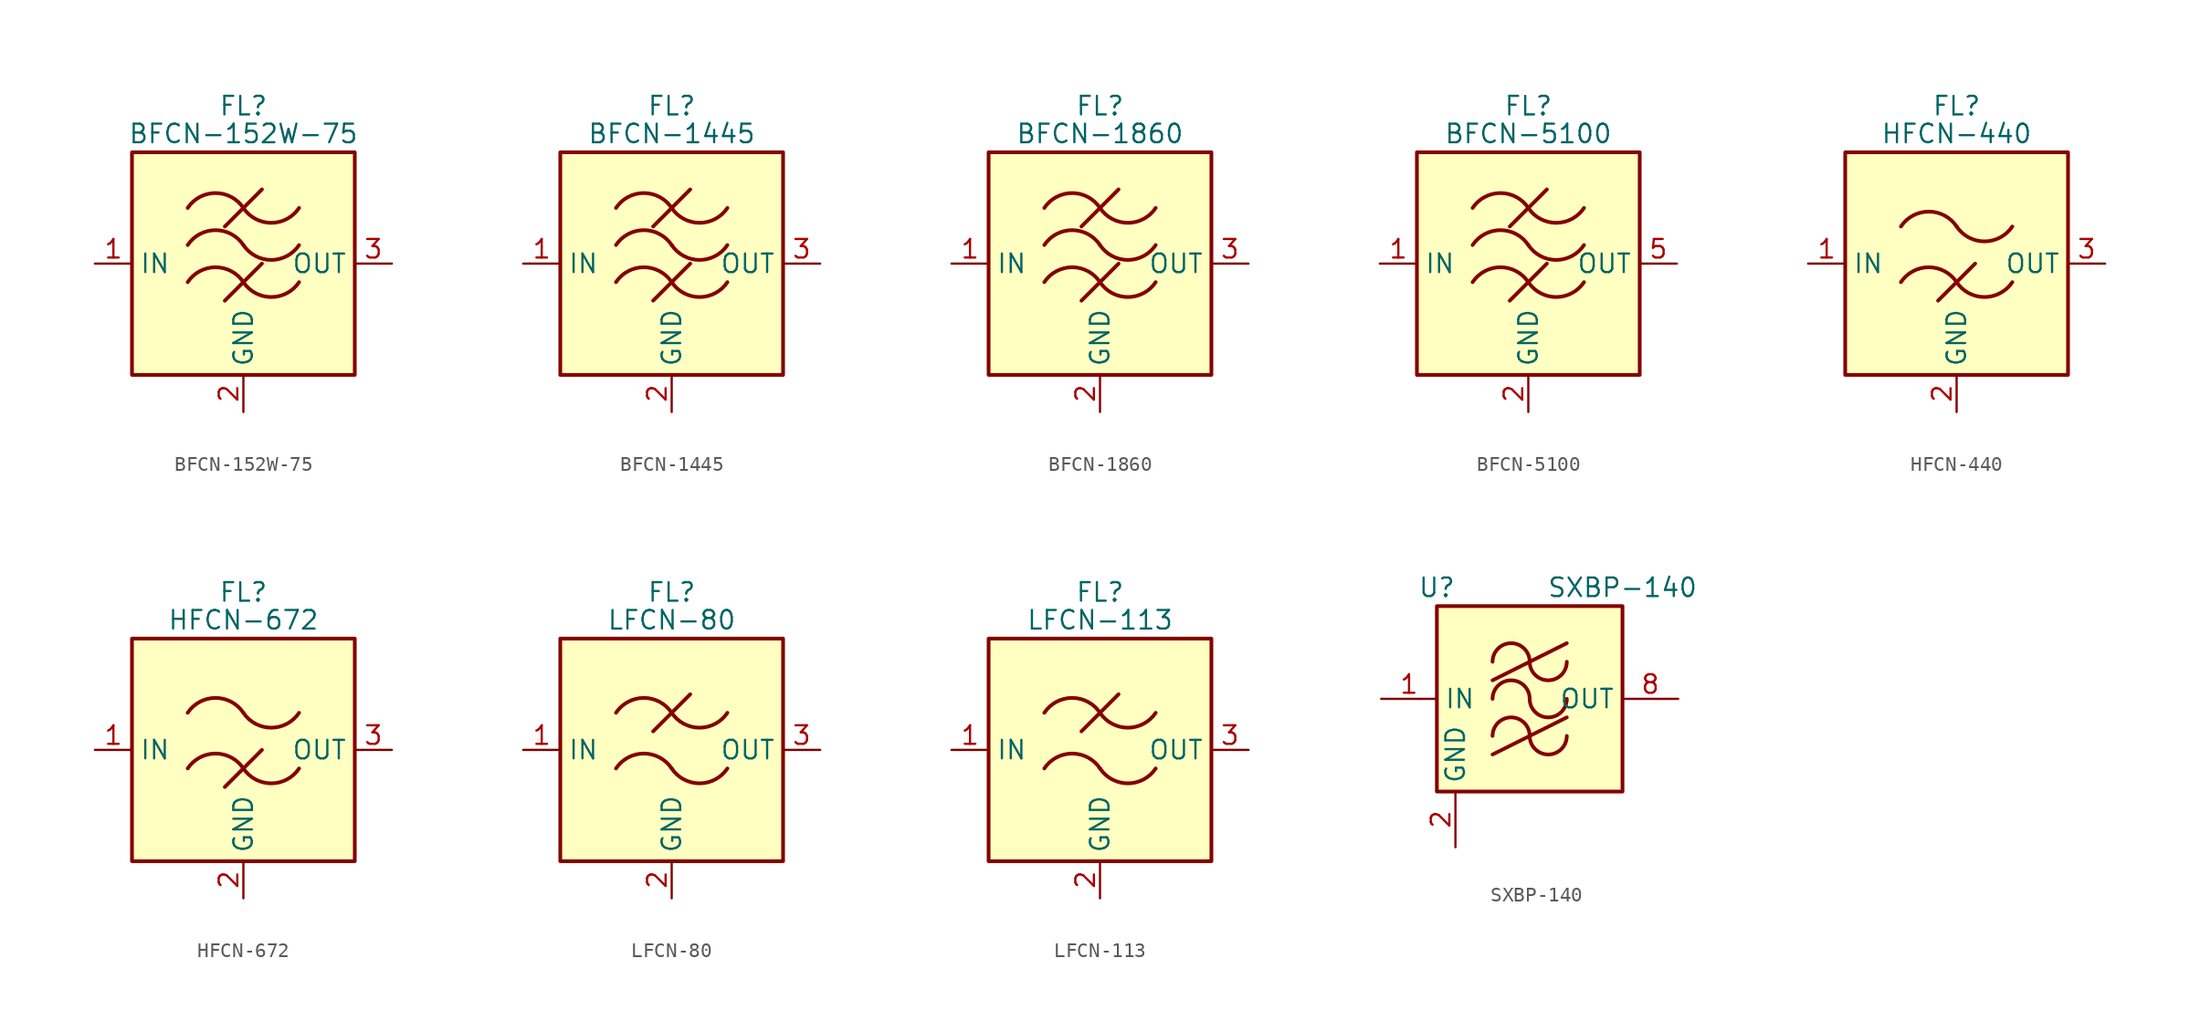
<source format=kicad_sym>
(kicad_symbol_lib
  (version 20201005)
  (generator kicad_symbol_editor)
  (symbol "BFCN-152W-75"
    (property "Reference" "FL"
      (at 0 10.795 0)
      (effects (font (size 1.27 1.27))))
    (property "Value" "BFCN-152W-75"
      (at 0 8.89 0)
      (effects (font (size 1.27 1.27))))
    (symbol "BFCN-152W-75_0_1"
      (arc (start -3.81 -1.27) (end 0 -1.27) (radius (at -1.905 -2.54) (length 2.286) (angles 146.3 33.7)) (stroke (width 0.254)) (fill (type none)))
      (arc (start -3.81 1.27) (end 0 1.27) (radius (at -1.905 0) (length 2.286) (angles 146.3 33.7)) (stroke (width 0.254)) (fill (type none)))
      (arc (start -3.81 3.81) (end 0 3.81) (radius (at -1.905 2.54) (length 2.286) (angles 146.3 33.7)) (stroke (width 0.254)) (fill (type none)))
      (arc (start 0 -1.27) (end 3.81 -1.27) (radius (at 1.905 0) (length 2.286) (angles -146.3 -33.7)) (stroke (width 0.254)) (fill (type none)))
      (arc (start 0 1.27) (end 3.81 1.27) (radius (at 1.905 2.54) (length 2.286) (angles -146.3 -33.7)) (stroke (width 0.254)) (fill (type none)))
      (arc (start 0 3.81) (end 3.81 3.81) (radius (at 1.905 5.08) (length 2.286) (angles -146.3 -33.7)) (stroke (width 0.254)) (fill (type none)))
      (rectangle (start -7.62 7.62) (end 7.62 -7.62) (stroke (width 0.254)) (fill (type background)))
      (polyline (pts (xy -1.27 -2.54) (xy 1.27 0)) (stroke (width 0.254)) (fill (type none)))
      (polyline (pts (xy -1.27 2.54) (xy 1.27 5.08)) (stroke (width 0.254)) (fill (type none))))
    (symbol "BFCN-152W-75_1_1"
      (pin passive line (at -10.16 0 0) (length 2.54) (name "IN" (effects (font (size 1.27 1.27)))) (number "1" (effects (font (size 1.27 1.27)))))
      (pin passive line (at 0 -10.16 90) (length 2.54) (name "GND" (effects (font (size 1.27 1.27)))) (number "2" (effects (font (size 1.27 1.27)))))
      (pin passive line (at 10.16 0 180) (length 2.54) (name "OUT" (effects (font (size 1.27 1.27)))) (number "3" (effects (font (size 1.27 1.27)))))))
  (symbol "BFCN-1445"
    (property "Reference" "FL"
      (at 0 10.795 0)
      (effects (font (size 1.27 1.27))))
    (property "Value" "BFCN-1445"
      (at 0 8.89 0)
      (effects (font (size 1.27 1.27))))
    (symbol "BFCN-1445_0_1"
      (arc (start -3.81 -1.27) (end 0 -1.27) (radius (at -1.905 -2.54) (length 2.286) (angles 146.3 33.7)) (stroke (width 0.254)) (fill (type none)))
      (arc (start -3.81 1.27) (end 0 1.27) (radius (at -1.905 0) (length 2.286) (angles 146.3 33.7)) (stroke (width 0.254)) (fill (type none)))
      (arc (start -3.81 3.81) (end 0 3.81) (radius (at -1.905 2.54) (length 2.286) (angles 146.3 33.7)) (stroke (width 0.254)) (fill (type none)))
      (arc (start 0 -1.27) (end 3.81 -1.27) (radius (at 1.905 0) (length 2.286) (angles -146.3 -33.7)) (stroke (width 0.254)) (fill (type none)))
      (arc (start 0 1.27) (end 3.81 1.27) (radius (at 1.905 2.54) (length 2.286) (angles -146.3 -33.7)) (stroke (width 0.254)) (fill (type none)))
      (arc (start 0 3.81) (end 3.81 3.81) (radius (at 1.905 5.08) (length 2.286) (angles -146.3 -33.7)) (stroke (width 0.254)) (fill (type none)))
      (rectangle (start -7.62 7.62) (end 7.62 -7.62) (stroke (width 0.254)) (fill (type background)))
      (polyline (pts (xy -1.27 -2.54) (xy 1.27 0)) (stroke (width 0.254)) (fill (type none)))
      (polyline (pts (xy -1.27 2.54) (xy 1.27 5.08)) (stroke (width 0.254)) (fill (type none))))
    (symbol "BFCN-1445_1_1"
      (pin passive line (at -10.16 0 0) (length 2.54) (name "IN" (effects (font (size 1.27 1.27)))) (number "1" (effects (font (size 1.27 1.27)))))
      (pin passive line (at 0 -10.16 90) (length 2.54) (name "GND" (effects (font (size 1.27 1.27)))) (number "2" (effects (font (size 1.27 1.27)))))
      (pin passive line (at 10.16 0 180) (length 2.54) (name "OUT" (effects (font (size 1.27 1.27)))) (number "3" (effects (font (size 1.27 1.27)))))
      (pin passive line (at 0 -10.16 90) (length 2.54) hide (name "GND" (effects (font (size 1.27 1.27)))) (number "4" (effects (font (size 1.27 1.27)))))))
  (symbol "BFCN-1860"
    (property "Reference" "FL"
      (at 0 10.795 0)
      (effects (font (size 1.27 1.27))))
    (property "Value" "BFCN-1860"
      (at 0 8.89 0)
      (effects (font (size 1.27 1.27))))
    (symbol "BFCN-1860_0_1"
      (arc (start -3.81 -1.27) (end 0 -1.27) (radius (at -1.905 -2.54) (length 2.286) (angles 146.3 33.7)) (stroke (width 0.254)) (fill (type none)))
      (arc (start -3.81 1.27) (end 0 1.27) (radius (at -1.905 0) (length 2.286) (angles 146.3 33.7)) (stroke (width 0.254)) (fill (type none)))
      (arc (start -3.81 3.81) (end 0 3.81) (radius (at -1.905 2.54) (length 2.286) (angles 146.3 33.7)) (stroke (width 0.254)) (fill (type none)))
      (arc (start 0 -1.27) (end 3.81 -1.27) (radius (at 1.905 0) (length 2.286) (angles -146.3 -33.7)) (stroke (width 0.254)) (fill (type none)))
      (arc (start 0 1.27) (end 3.81 1.27) (radius (at 1.905 2.54) (length 2.286) (angles -146.3 -33.7)) (stroke (width 0.254)) (fill (type none)))
      (arc (start 0 3.81) (end 3.81 3.81) (radius (at 1.905 5.08) (length 2.286) (angles -146.3 -33.7)) (stroke (width 0.254)) (fill (type none)))
      (rectangle (start -7.62 7.62) (end 7.62 -7.62) (stroke (width 0.254)) (fill (type background)))
      (polyline (pts (xy -1.27 -2.54) (xy 1.27 0)) (stroke (width 0.254)) (fill (type none)))
      (polyline (pts (xy -1.27 2.54) (xy 1.27 5.08)) (stroke (width 0.254)) (fill (type none))))
    (symbol "BFCN-1860_1_1"
      (pin passive line (at -10.16 0 0) (length 2.54) (name "IN" (effects (font (size 1.27 1.27)))) (number "1" (effects (font (size 1.27 1.27)))))
      (pin passive line (at 0 -10.16 90) (length 2.54) (name "GND" (effects (font (size 1.27 1.27)))) (number "2" (effects (font (size 1.27 1.27)))))
      (pin passive line (at 10.16 0 180) (length 2.54) (name "OUT" (effects (font (size 1.27 1.27)))) (number "3" (effects (font (size 1.27 1.27)))))
      (pin passive line (at 0 -10.16 90) (length 2.54) hide (name "GND" (effects (font (size 1.27 1.27)))) (number "4" (effects (font (size 1.27 1.27)))))))
  (symbol "BFCN-5100"
    (property "Reference" "FL"
      (at 0 10.795 0)
      (effects (font (size 1.27 1.27))))
    (property "Value" "BFCN-5100"
      (at 0 8.89 0)
      (effects (font (size 1.27 1.27))))
    (symbol "BFCN-5100_0_1"
      (arc (start -3.81 -1.27) (end 0 -1.27) (radius (at -1.905 -2.54) (length 2.286) (angles 146.3 33.7)) (stroke (width 0.254)) (fill (type none)))
      (arc (start -3.81 1.27) (end 0 1.27) (radius (at -1.905 0) (length 2.286) (angles 146.3 33.7)) (stroke (width 0.254)) (fill (type none)))
      (arc (start -3.81 3.81) (end 0 3.81) (radius (at -1.905 2.54) (length 2.286) (angles 146.3 33.7)) (stroke (width 0.254)) (fill (type none)))
      (arc (start 0 -1.27) (end 3.81 -1.27) (radius (at 1.905 0) (length 2.286) (angles -146.3 -33.7)) (stroke (width 0.254)) (fill (type none)))
      (arc (start 0 1.27) (end 3.81 1.27) (radius (at 1.905 2.54) (length 2.286) (angles -146.3 -33.7)) (stroke (width 0.254)) (fill (type none)))
      (arc (start 0 3.81) (end 3.81 3.81) (radius (at 1.905 5.08) (length 2.286) (angles -146.3 -33.7)) (stroke (width 0.254)) (fill (type none)))
      (rectangle (start -7.62 7.62) (end 7.62 -7.62) (stroke (width 0.254)) (fill (type background)))
      (polyline (pts (xy -1.27 -2.54) (xy 1.27 0)) (stroke (width 0.254)) (fill (type none)))
      (polyline (pts (xy -1.27 2.54) (xy 1.27 5.08)) (stroke (width 0.254)) (fill (type none))))
    (symbol "BFCN-5100_1_1"
      (pin passive line (at -10.16 0 0) (length 2.54) (name "IN" (effects (font (size 1.27 1.27)))) (number "1" (effects (font (size 1.27 1.27)))))
      (pin passive line (at 0 -10.16 90) (length 2.54) (name "GND" (effects (font (size 1.27 1.27)))) (number "2" (effects (font (size 1.27 1.27)))))
      (pin passive line (at 0 -10.16 90) (length 2.54) hide (name "GND" (effects (font (size 1.27 1.27)))) (number "3" (effects (font (size 1.27 1.27)))))
      (pin passive line (at 0 -10.16 90) (length 2.54) hide (name "GND" (effects (font (size 1.27 1.27)))) (number "4" (effects (font (size 1.27 1.27)))))
      (pin passive line (at 10.16 0 180) (length 2.54) (name "OUT" (effects (font (size 1.27 1.27)))) (number "5" (effects (font (size 1.27 1.27)))))
      (pin passive line (at 0 -10.16 90) (length 2.54) hide (name "GND" (effects (font (size 1.27 1.27)))) (number "6" (effects (font (size 1.27 1.27)))))
      (pin passive line (at 0 -10.16 90) (length 2.54) hide (name "GND" (effects (font (size 1.27 1.27)))) (number "7" (effects (font (size 1.27 1.27)))))
      (pin passive line (at 0 -10.16 90) (length 2.54) hide (name "GND" (effects (font (size 1.27 1.27)))) (number "8" (effects (font (size 1.27 1.27)))))))
  (symbol "HFCN-440"
    (property "Reference" "FL"
      (at 0 10.795 0)
      (effects (font (size 1.27 1.27))))
    (property "Value" "HFCN-440"
      (at 0 8.89 0)
      (effects (font (size 1.27 1.27))))
    (symbol "HFCN-440_0_1"
      (arc (start -3.81 -1.27) (end 0 -1.27) (radius (at -1.905 -2.54) (length 2.286) (angles 146.3 33.7)) (stroke (width 0.254)) (fill (type none)))
      (arc (start -3.81 2.54) (end 0 2.54) (radius (at -1.905 1.27) (length 2.286) (angles 146.3 33.7)) (stroke (width 0.254)) (fill (type none)))
      (arc (start 0 -1.27) (end 3.81 -1.27) (radius (at 1.905 0) (length 2.286) (angles -146.3 -33.7)) (stroke (width 0.254)) (fill (type none)))
      (arc (start 0 2.54) (end 3.81 2.54) (radius (at 1.905 3.81) (length 2.286) (angles -146.3 -33.7)) (stroke (width 0.254)) (fill (type none)))
      (rectangle (start -7.62 7.62) (end 7.62 -7.62) (stroke (width 0.254)) (fill (type background)))
      (polyline (pts (xy -1.27 -2.54) (xy 1.27 0)) (stroke (width 0.254)) (fill (type none))))
    (symbol "HFCN-440_1_1"
      (pin passive line (at -10.16 0 0) (length 2.54) (name "IN" (effects (font (size 1.27 1.27)))) (number "1" (effects (font (size 1.27 1.27)))))
      (pin passive line (at 0 -10.16 90) (length 2.54) (name "GND" (effects (font (size 1.27 1.27)))) (number "2" (effects (font (size 1.27 1.27)))))
      (pin passive line (at 10.16 0 180) (length 2.54) (name "OUT" (effects (font (size 1.27 1.27)))) (number "3" (effects (font (size 1.27 1.27)))))
      (pin passive line (at 0 -10.16 90) (length 2.54) hide (name "GND" (effects (font (size 1.27 1.27)))) (number "4" (effects (font (size 1.27 1.27)))))))
  (symbol "HFCN-672"
    (property "Reference" "FL"
      (at 0 10.795 0)
      (effects (font (size 1.27 1.27))))
    (property "Value" "HFCN-672"
      (at 0 8.89 0)
      (effects (font (size 1.27 1.27))))
    (symbol "HFCN-672_0_1"
      (arc (start -3.81 -1.27) (end 0 -1.27) (radius (at -1.905 -2.54) (length 2.286) (angles 146.3 33.7)) (stroke (width 0.254)) (fill (type none)))
      (arc (start -3.81 2.54) (end 0 2.54) (radius (at -1.905 1.27) (length 2.286) (angles 146.3 33.7)) (stroke (width 0.254)) (fill (type none)))
      (arc (start 0 -1.27) (end 3.81 -1.27) (radius (at 1.905 0) (length 2.286) (angles -146.3 -33.7)) (stroke (width 0.254)) (fill (type none)))
      (arc (start 0 2.54) (end 3.81 2.54) (radius (at 1.905 3.81) (length 2.286) (angles -146.3 -33.7)) (stroke (width 0.254)) (fill (type none)))
      (rectangle (start -7.62 7.62) (end 7.62 -7.62) (stroke (width 0.254)) (fill (type background)))
      (polyline (pts (xy -1.27 -2.54) (xy 1.27 0)) (stroke (width 0.254)) (fill (type none))))
    (symbol "HFCN-672_1_1"
      (pin passive line (at -10.16 0 0) (length 2.54) (name "IN" (effects (font (size 1.27 1.27)))) (number "1" (effects (font (size 1.27 1.27)))))
      (pin passive line (at 0 -10.16 90) (length 2.54) (name "GND" (effects (font (size 1.27 1.27)))) (number "2" (effects (font (size 1.27 1.27)))))
      (pin passive line (at 10.16 0 180) (length 2.54) (name "OUT" (effects (font (size 1.27 1.27)))) (number "3" (effects (font (size 1.27 1.27)))))
      (pin passive line (at 0 -10.16 90) (length 2.54) hide (name "GND" (effects (font (size 1.27 1.27)))) (number "4" (effects (font (size 1.27 1.27)))))
      (pin passive line (at 0 -10.16 90) (length 2.54) hide (name "GND" (effects (font (size 1.27 1.27)))) (number "5" (effects (font (size 1.27 1.27)))))
      (pin passive line (at 0 -10.16 90) (length 2.54) hide (name "GND" (effects (font (size 1.27 1.27)))) (number "6" (effects (font (size 1.27 1.27)))))))
  (symbol "LFCN-80"
    (property "Reference" "FL"
      (at 0 10.795 0)
      (effects (font (size 1.27 1.27))))
    (property "Value" "LFCN-80"
      (at 0 8.89 0)
      (effects (font (size 1.27 1.27))))
    (symbol "LFCN-80_0_1"
      (arc (start -3.81 -1.27) (end 0 -1.27) (radius (at -1.905 -2.54) (length 2.286) (angles 146.3 33.7)) (stroke (width 0.254)) (fill (type none)))
      (arc (start -3.81 2.54) (end 0 2.54) (radius (at -1.905 1.27) (length 2.286) (angles 146.3 33.7)) (stroke (width 0.254)) (fill (type none)))
      (arc (start 0 -1.27) (end 3.81 -1.27) (radius (at 1.905 0) (length 2.286) (angles -146.3 -33.7)) (stroke (width 0.254)) (fill (type none)))
      (arc (start 0 2.54) (end 3.81 2.54) (radius (at 1.905 3.81) (length 2.286) (angles -146.3 -33.7)) (stroke (width 0.254)) (fill (type none)))
      (rectangle (start -7.62 7.62) (end 7.62 -7.62) (stroke (width 0.254)) (fill (type background)))
      (polyline (pts (xy -1.27 1.27) (xy 1.27 3.81)) (stroke (width 0.254)) (fill (type none))))
    (symbol "LFCN-80_1_1"
      (pin passive line (at -10.16 0 0) (length 2.54) (name "IN" (effects (font (size 1.27 1.27)))) (number "1" (effects (font (size 1.27 1.27)))))
      (pin passive line (at 0 -10.16 90) (length 2.54) (name "GND" (effects (font (size 1.27 1.27)))) (number "2" (effects (font (size 1.27 1.27)))))
      (pin passive line (at 10.16 0 180) (length 2.54) (name "OUT" (effects (font (size 1.27 1.27)))) (number "3" (effects (font (size 1.27 1.27)))))
      (pin passive line (at 0 -10.16 90) (length 2.54) hide (name "GND" (effects (font (size 1.27 1.27)))) (number "4" (effects (font (size 1.27 1.27)))))))
  (symbol "LFCN-113"
    (property "Reference" "FL"
      (at 0 10.795 0)
      (effects (font (size 1.27 1.27))))
    (property "Value" "LFCN-113"
      (at 0 8.89 0)
      (effects (font (size 1.27 1.27))))
    (symbol "LFCN-113_0_1"
      (arc (start -3.81 -1.27) (end 0 -1.27) (radius (at -1.905 -2.54) (length 2.286) (angles 146.3 33.7)) (stroke (width 0.254)) (fill (type none)))
      (arc (start -3.81 2.54) (end 0 2.54) (radius (at -1.905 1.27) (length 2.286) (angles 146.3 33.7)) (stroke (width 0.254)) (fill (type none)))
      (arc (start 0 -1.27) (end 3.81 -1.27) (radius (at 1.905 0) (length 2.286) (angles -146.3 -33.7)) (stroke (width 0.254)) (fill (type none)))
      (arc (start 0 2.54) (end 3.81 2.54) (radius (at 1.905 3.81) (length 2.286) (angles -146.3 -33.7)) (stroke (width 0.254)) (fill (type none)))
      (rectangle (start -7.62 7.62) (end 7.62 -7.62) (stroke (width 0.254)) (fill (type background)))
      (polyline (pts (xy -1.27 1.27) (xy 1.27 3.81)) (stroke (width 0.254)) (fill (type none))))
    (symbol "LFCN-113_1_1"
      (pin passive line (at -10.16 0 0) (length 2.54) (name "IN" (effects (font (size 1.27 1.27)))) (number "1" (effects (font (size 1.27 1.27)))))
      (pin passive line (at 0 -10.16 90) (length 2.54) (name "GND" (effects (font (size 1.27 1.27)))) (number "2" (effects (font (size 1.27 1.27)))))
      (pin passive line (at 10.16 0 180) (length 2.54) (name "OUT" (effects (font (size 1.27 1.27)))) (number "3" (effects (font (size 1.27 1.27)))))
      (pin passive line (at 0 -10.16 90) (length 2.54) hide (name "GND" (effects (font (size 1.27 1.27)))) (number "4" (effects (font (size 1.27 1.27)))))))
  (symbol "SXBP-140"
    (property "Reference" "U"
      (at -6.35 7.62 0)
      (effects (font (size 1.27 1.27))))
    (property "Value" "SXBP-140"
      (at 6.35 7.62 0)
      (effects (font (size 1.27 1.27))))
    (symbol "SXBP-140_0_1"
      (arc (start 0 -2.54) (end -2.54 -2.54) (radius (at -1.27 -2.54) (length 1.27) (angles 0.1 179.9)) (stroke (width 0.254)) (fill (type none)))
      (arc (start 0 0) (end -2.54 0) (radius (at -1.27 0) (length 1.27) (angles 0.1 179.9)) (stroke (width 0.254)) (fill (type none)))
      (arc (start 0 2.54) (end -2.54 2.54) (radius (at -1.27 2.54) (length 1.27) (angles 0.1 179.9)) (stroke (width 0.254)) (fill (type none)))
      (arc (start 0 -2.54) (end 2.54 -2.54) (radius (at 1.27 -2.54) (length 1.27) (angles -179.9 -0.1)) (stroke (width 0.254)) (fill (type none)))
      (arc (start 0 0) (end 2.54 0) (radius (at 1.27 0) (length 1.27) (angles -179.9 -0.1)) (stroke (width 0.254)) (fill (type none)))
      (arc (start 0 2.54) (end 2.54 2.54) (radius (at 1.27 2.54) (length 1.27) (angles -179.9 -0.1)) (stroke (width 0.254)) (fill (type none)))
      (rectangle (start -6.35 6.35) (end 6.35 -6.35) (stroke (width 0.254)) (fill (type background)))
      (polyline (pts (xy -2.54 -3.81) (xy 2.54 -1.27)) (stroke (width 0.254)) (fill (type none)))
      (polyline (pts (xy -2.54 1.27) (xy 2.54 3.81)) (stroke (width 0.254)) (fill (type none))))
    (symbol "SXBP-140_1_1"
      (pin input line (at -10.16 0 0) (length 3.81) (name "IN" (effects (font (size 1.27 1.27)))) (number "1" (effects (font (size 1.27 1.27)))))
      (pin power_in line (at -5.08 -10.16 90) (length 3.81) (name "GND" (effects (font (size 1.27 1.27)))) (number "2" (effects (font (size 1.27 1.27)))))
      (pin passive line (at -5.08 -10.16 90) (length 3.81) hide (name "GND" (effects (font (size 1.27 1.27)))) (number "3" (effects (font (size 1.27 1.27)))))
      (pin passive line (at -5.08 -10.16 90) (length 3.81) hide (name "GND" (effects (font (size 1.27 1.27)))) (number "4" (effects (font (size 1.27 1.27)))))
      (pin passive line (at -5.08 -10.16 90) (length 3.81) hide (name "GND" (effects (font (size 1.27 1.27)))) (number "5" (effects (font (size 1.27 1.27)))))
      (pin passive line (at -5.08 -10.16 90) (length 3.81) hide (name "GND" (effects (font (size 1.27 1.27)))) (number "6" (effects (font (size 1.27 1.27)))))
      (pin passive line (at -5.08 -10.16 90) (length 3.81) hide (name "GND" (effects (font (size 1.27 1.27)))) (number "7" (effects (font (size 1.27 1.27)))))
      (pin output line (at 10.16 0 180) (length 3.81) (name "OUT" (effects (font (size 1.27 1.27)))) (number "8" (effects (font (size 1.27 1.27))))))))
</source>
